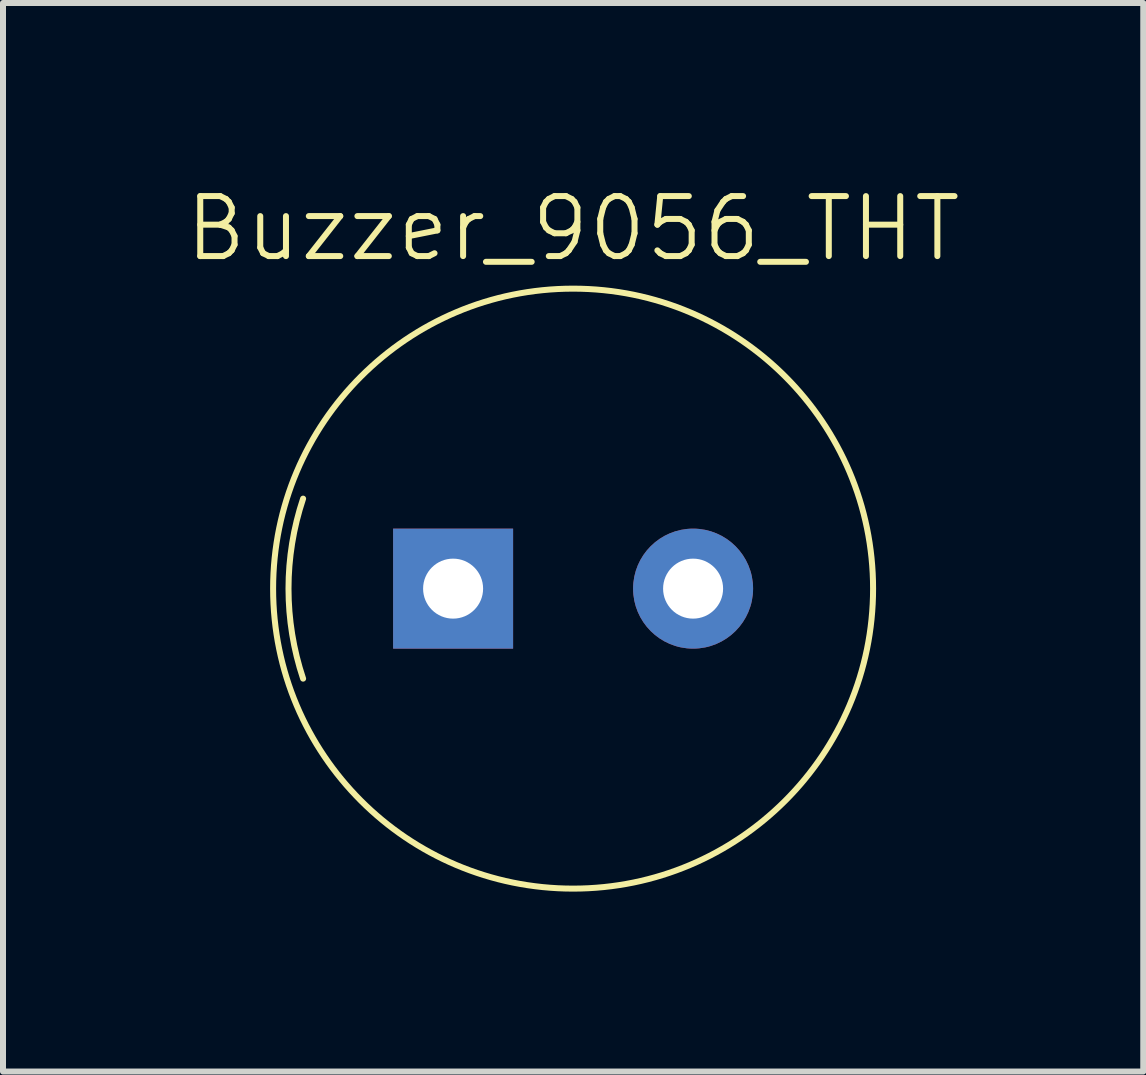
<source format=kicad_pcb>
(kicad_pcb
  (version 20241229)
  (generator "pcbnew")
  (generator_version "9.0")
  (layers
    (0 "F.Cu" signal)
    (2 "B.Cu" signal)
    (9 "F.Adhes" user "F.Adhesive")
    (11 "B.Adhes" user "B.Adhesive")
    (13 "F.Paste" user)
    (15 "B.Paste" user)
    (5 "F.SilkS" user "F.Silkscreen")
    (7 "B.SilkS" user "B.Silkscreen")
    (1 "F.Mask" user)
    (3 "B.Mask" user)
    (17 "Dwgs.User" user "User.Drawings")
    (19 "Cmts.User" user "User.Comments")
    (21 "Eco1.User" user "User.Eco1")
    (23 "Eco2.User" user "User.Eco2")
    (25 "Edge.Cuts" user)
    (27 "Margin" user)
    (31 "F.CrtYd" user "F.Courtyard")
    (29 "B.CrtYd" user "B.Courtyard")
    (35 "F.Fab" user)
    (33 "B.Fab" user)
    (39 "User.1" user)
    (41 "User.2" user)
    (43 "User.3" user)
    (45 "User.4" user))
  (footprint "Buzzer_9056_THT"
    (layer "F.Cu")
    (at 6.502 6.761)
    (property "Reference" "Buzzer_9056_THT" (at 0 -6 0) (unlocked yes) (layer "F.SilkS") (effects (font (size 1 1) (thickness 0.1))))
    (attr smd)
    (fp_arc (start -4.5 1.5) (mid -4.743416 0) (end -4.5 -1.5) (stroke (width 0.1) (type default)) (layer "F.SilkS"))
    (fp_circle (center 0 0) (end 5 0) (stroke (width 0.1) (type default)) (fill no) (layer "F.SilkS"))
    (pad "1" thru_hole rect (at -2 0) (size 2 2) (drill 1) (layers "*.Cu" "*.Mask"))
    (pad "2" thru_hole circle (at 2 0) (size 2 2) (drill 1) (layers "*.Cu" "*.Mask")))
  (gr_rect
    (start -3 -3)
    (end 16.005 14.81)
    (stroke (width 0.1) (type default))
    (fill no)
    (layer "Edge.Cuts")))
</source>
